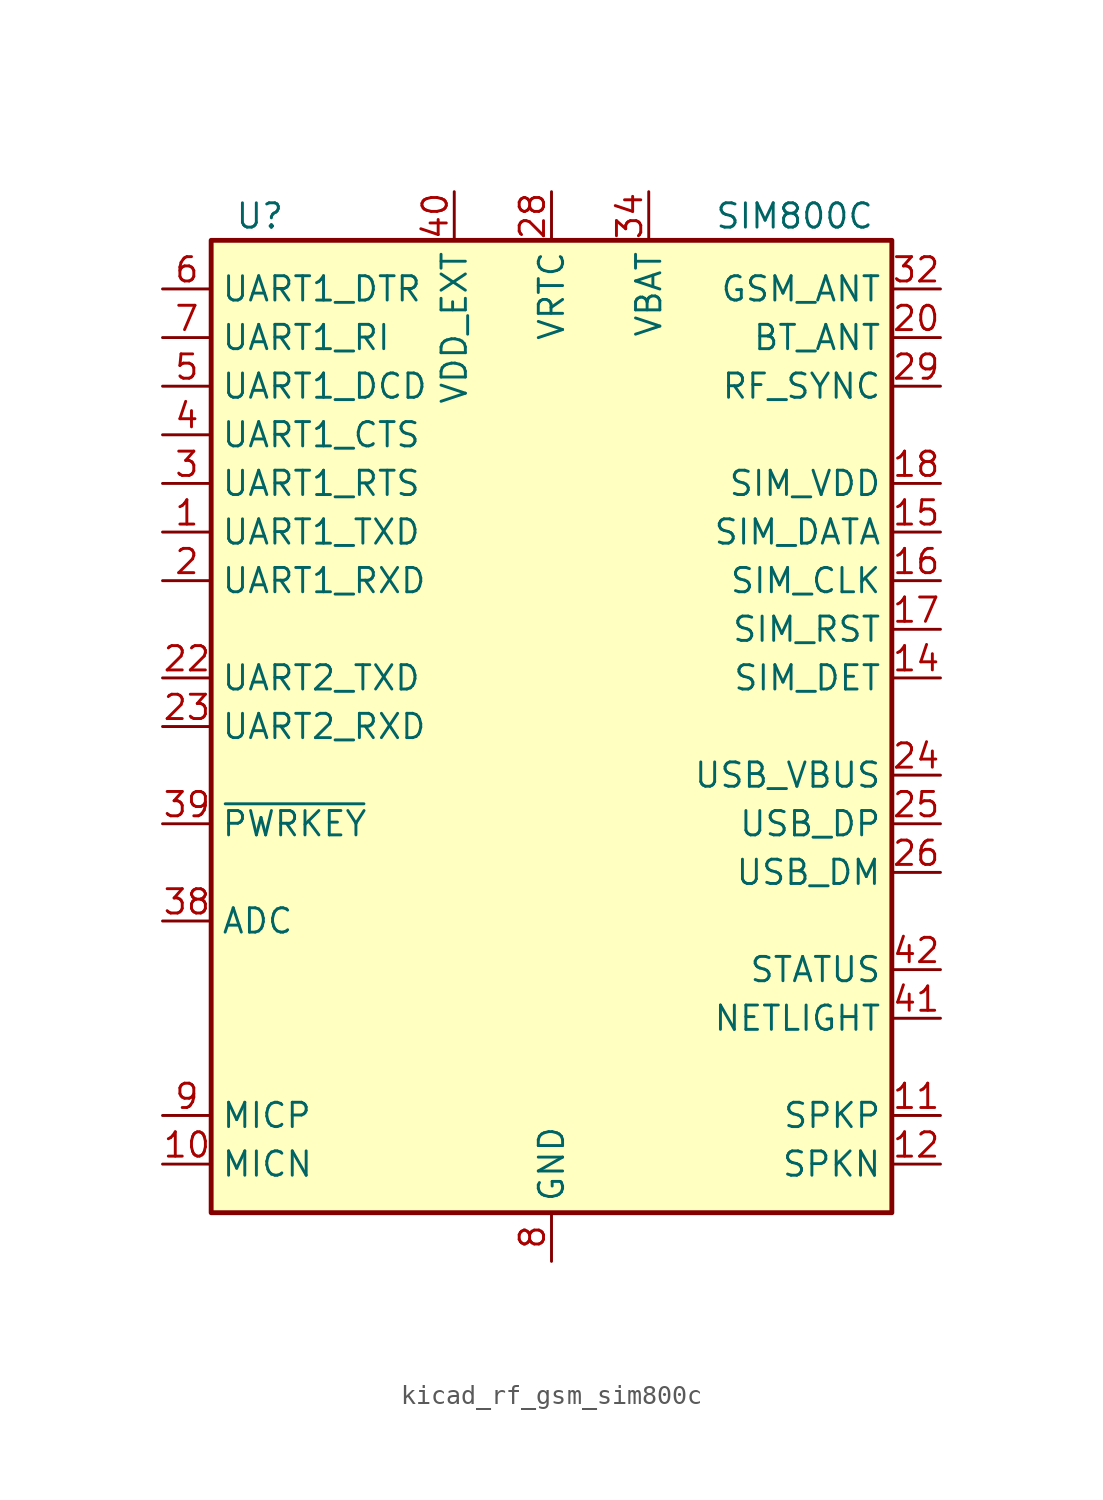
<source format=kicad_sym>
(kicad_symbol_lib
  (version 20220914)
  (generator kicad_symbol_editor)
  (symbol "kicad_rf_gsm_sim800c"
    (property "Reference" "U"
      (at -15.24 26.67 0)
      (effects (font (size 1.27 1.27))))
    (property "Value" "SIM800C"
      (at 12.7 26.67 0)
      (effects (font (size 1.27 1.27))))
    (symbol "kicad_rf_gsm_sim800c_0_1"
      (rectangle (start -17.78 25.4) (end 17.78 -25.4) (stroke (width 0.254) (type default)) (fill (type background))))
    (symbol "kicad_rf_gsm_sim800c_1_1"
      (pin output line (at -20.32 10.16 0) (length 2.54) (name "UART1_TXD" (effects (font (size 1.27 1.27)))) (number "1" (effects (font (size 1.27 1.27)))))
      (pin input line (at -20.32 -22.86 0) (length 2.54) (name "MICN" (effects (font (size 1.27 1.27)))) (number "10" (effects (font (size 1.27 1.27)))))
      (pin output line (at 20.32 -20.32 180) (length 2.54) (name "SPKP" (effects (font (size 1.27 1.27)))) (number "11" (effects (font (size 1.27 1.27)))))
      (pin output line (at 20.32 -22.86 180) (length 2.54) (name "SPKN" (effects (font (size 1.27 1.27)))) (number "12" (effects (font (size 1.27 1.27)))))
      (pin passive line (at 0 -27.94 90) (length 2.54) hide (name "GND" (effects (font (size 1.27 1.27)))) (number "13" (effects (font (size 1.27 1.27)))))
      (pin input line (at 20.32 2.54 180) (length 2.54) (name "SIM_DET" (effects (font (size 1.27 1.27)))) (number "14" (effects (font (size 1.27 1.27)))))
      (pin bidirectional line (at 20.32 10.16 180) (length 2.54) (name "SIM_DATA" (effects (font (size 1.27 1.27)))) (number "15" (effects (font (size 1.27 1.27)))))
      (pin output line (at 20.32 7.62 180) (length 2.54) (name "SIM_CLK" (effects (font (size 1.27 1.27)))) (number "16" (effects (font (size 1.27 1.27)))))
      (pin output line (at 20.32 5.08 180) (length 2.54) (name "SIM_RST" (effects (font (size 1.27 1.27)))) (number "17" (effects (font (size 1.27 1.27)))))
      (pin power_out line (at 20.32 12.7 180) (length 2.54) (name "SIM_VDD" (effects (font (size 1.27 1.27)))) (number "18" (effects (font (size 1.27 1.27)))))
      (pin passive line (at 0 -27.94 90) (length 2.54) hide (name "GND" (effects (font (size 1.27 1.27)))) (number "19" (effects (font (size 1.27 1.27)))))
      (pin input line (at -20.32 7.62 0) (length 2.54) (name "UART1_RXD" (effects (font (size 1.27 1.27)))) (number "2" (effects (font (size 1.27 1.27)))))
      (pin passive line (at 20.32 20.32 180) (length 2.54) (name "BT_ANT" (effects (font (size 1.27 1.27)))) (number "20" (effects (font (size 1.27 1.27)))))
      (pin passive line (at 0 -27.94 90) (length 2.54) hide (name "GND" (effects (font (size 1.27 1.27)))) (number "21" (effects (font (size 1.27 1.27)))))
      (pin output line (at -20.32 2.54 0) (length 2.54) (name "UART2_TXD" (effects (font (size 1.27 1.27)))) (number "22" (effects (font (size 1.27 1.27)))))
      (pin input line (at -20.32 0 0) (length 2.54) (name "UART2_RXD" (effects (font (size 1.27 1.27)))) (number "23" (effects (font (size 1.27 1.27)))))
      (pin input line (at 20.32 -2.54 180) (length 2.54) (name "USB_VBUS" (effects (font (size 1.27 1.27)))) (number "24" (effects (font (size 1.27 1.27)))))
      (pin bidirectional line (at 20.32 -5.08 180) (length 2.54) (name "USB_DP" (effects (font (size 1.27 1.27)))) (number "25" (effects (font (size 1.27 1.27)))))
      (pin bidirectional line (at 20.32 -7.62 180) (length 2.54) (name "USB_DM" (effects (font (size 1.27 1.27)))) (number "26" (effects (font (size 1.27 1.27)))))
      (pin passive line (at 0 -27.94 90) (length 2.54) hide (name "GND" (effects (font (size 1.27 1.27)))) (number "27" (effects (font (size 1.27 1.27)))))
      (pin power_in line (at 0 27.94 270) (length 2.54) (name "VRTC" (effects (font (size 1.27 1.27)))) (number "28" (effects (font (size 1.27 1.27)))))
      (pin output line (at 20.32 17.78 180) (length 2.54) (name "RF_SYNC" (effects (font (size 1.27 1.27)))) (number "29" (effects (font (size 1.27 1.27)))))
      (pin input line (at -20.32 12.7 0) (length 2.54) (name "UART1_RTS" (effects (font (size 1.27 1.27)))) (number "3" (effects (font (size 1.27 1.27)))))
      (pin passive line (at 0 -27.94 90) (length 2.54) hide (name "GND" (effects (font (size 1.27 1.27)))) (number "30" (effects (font (size 1.27 1.27)))))
      (pin passive line (at 0 -27.94 90) (length 2.54) hide (name "GND" (effects (font (size 1.27 1.27)))) (number "31" (effects (font (size 1.27 1.27)))))
      (pin passive line (at 20.32 22.86 180) (length 2.54) (name "GSM_ANT" (effects (font (size 1.27 1.27)))) (number "32" (effects (font (size 1.27 1.27)))))
      (pin passive line (at 0 -27.94 90) (length 2.54) hide (name "GND" (effects (font (size 1.27 1.27)))) (number "33" (effects (font (size 1.27 1.27)))))
      (pin power_in line (at 5.08 27.94 270) (length 2.54) (name "VBAT" (effects (font (size 1.27 1.27)))) (number "34" (effects (font (size 1.27 1.27)))))
      (pin passive line (at 5.08 27.94 270) (length 2.54) hide (name "VBAT" (effects (font (size 1.27 1.27)))) (number "35" (effects (font (size 1.27 1.27)))))
      (pin passive line (at 0 -27.94 90) (length 2.54) hide (name "GND" (effects (font (size 1.27 1.27)))) (number "36" (effects (font (size 1.27 1.27)))))
      (pin passive line (at 0 -27.94 90) (length 2.54) hide (name "GND" (effects (font (size 1.27 1.27)))) (number "37" (effects (font (size 1.27 1.27)))))
      (pin input line (at -20.32 -10.16 0) (length 2.54) (name "ADC" (effects (font (size 1.27 1.27)))) (number "38" (effects (font (size 1.27 1.27)))))
      (pin input line (at -20.32 -5.08 0) (length 2.54) (name "~{PWRKEY}" (effects (font (size 1.27 1.27)))) (number "39" (effects (font (size 1.27 1.27)))))
      (pin output line (at -20.32 15.24 0) (length 2.54) (name "UART1_CTS" (effects (font (size 1.27 1.27)))) (number "4" (effects (font (size 1.27 1.27)))))
      (pin power_out line (at -5.08 27.94 270) (length 2.54) (name "VDD_EXT" (effects (font (size 1.27 1.27)))) (number "40" (effects (font (size 1.27 1.27)))))
      (pin output line (at 20.32 -15.24 180) (length 2.54) (name "NETLIGHT" (effects (font (size 1.27 1.27)))) (number "41" (effects (font (size 1.27 1.27)))))
      (pin output line (at 20.32 -12.7 180) (length 2.54) (name "STATUS" (effects (font (size 1.27 1.27)))) (number "42" (effects (font (size 1.27 1.27)))))
      (pin output line (at -20.32 17.78 0) (length 2.54) (name "UART1_DCD" (effects (font (size 1.27 1.27)))) (number "5" (effects (font (size 1.27 1.27)))))
      (pin input line (at -20.32 22.86 0) (length 2.54) (name "UART1_DTR" (effects (font (size 1.27 1.27)))) (number "6" (effects (font (size 1.27 1.27)))))
      (pin output line (at -20.32 20.32 0) (length 2.54) (name "UART1_RI" (effects (font (size 1.27 1.27)))) (number "7" (effects (font (size 1.27 1.27)))))
      (pin power_in line (at 0 -27.94 90) (length 2.54) (name "GND" (effects (font (size 1.27 1.27)))) (number "8" (effects (font (size 1.27 1.27)))))
      (pin input line (at -20.32 -20.32 0) (length 2.54) (name "MICP" (effects (font (size 1.27 1.27)))) (number "9" (effects (font (size 1.27 1.27))))))))
</source>
